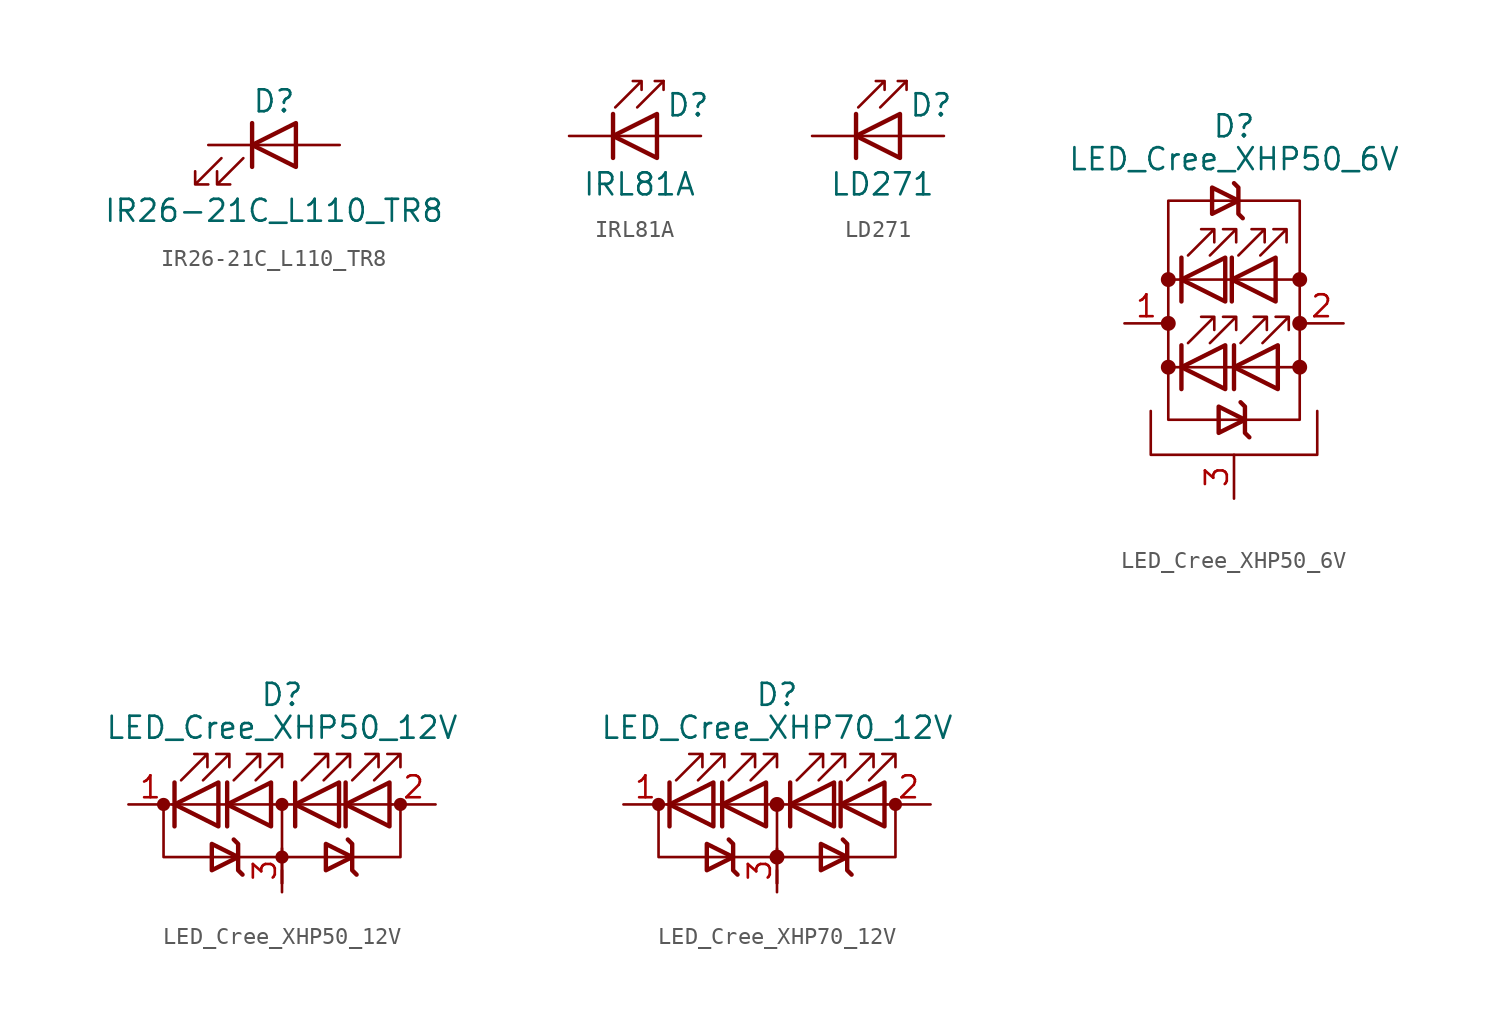
<source format=kicad_sym>
(kicad_symbol_lib
  (version 20220914)
  (generator kicad_symbol_editor)
  (symbol "IR26-21C_L110_TR8"
    (pin_numbers hide)
    (pin_names
      (offset 1.016) hide)
    (property "Reference" "D"
      (at 0 2.54 0)
      (effects (font (size 1.27 1.27))))
    (property "Value" "IR26-21C_L110_TR8"
      (at 0 -3.81 0)
      (effects (font (size 1.27 1.27))))
    (symbol "IR26-21C_L110_TR8_0_1"
      (polyline (pts (xy -1.27 -1.27) (xy -1.27 1.27)) (stroke (width 0.254) (type solid)) (fill (type none)))
      (polyline (pts (xy -1.27 0) (xy 1.27 0)) (stroke (width 0) (type solid)) (fill (type none)))
      (polyline (pts (xy 1.27 -1.27) (xy 1.27 1.27) (xy -1.27 0) (xy 1.27 -1.27)) (stroke (width 0.254) (type solid)) (fill (type none)))
      (polyline (pts (xy -3.048 -0.762) (xy -4.572 -2.286) (xy -3.81 -2.286) (xy -4.572 -2.286) (xy -4.572 -1.524)) (stroke (width 0) (type solid)) (fill (type none)))
      (polyline (pts (xy -1.778 -0.762) (xy -3.302 -2.286) (xy -2.54 -2.286) (xy -3.302 -2.286) (xy -3.302 -1.524)) (stroke (width 0) (type solid)) (fill (type none))))
    (symbol "IR26-21C_L110_TR8_1_1"
      (pin passive line (at -3.81 0 0) (length 2.54) (name "K" (effects (font (size 1.27 1.27)))) (number "1" (effects (font (size 1.27 1.27)))))
      (pin passive line (at 3.81 0 180) (length 2.54) (name "A" (effects (font (size 1.27 1.27)))) (number "2" (effects (font (size 1.27 1.27)))))))
  (symbol "IRL81A"
    (pin_numbers hide)
    (pin_names
      (offset 1.016) hide)
    (property "Reference" "D"
      (at 0.508 1.778 0)
      (effects (font (size 1.27 1.27)) (justify left)))
    (property "Value" "IRL81A"
      (at -1.016 -2.794 0)
      (effects (font (size 1.27 1.27))))
    (symbol "IRL81A_0_1"
      (polyline (pts (xy -2.54 0) (xy 0 0)) (stroke (width 0) (type solid)) (fill (type none)))
      (polyline (pts (xy -2.54 1.27) (xy -2.54 -1.27)) (stroke (width 0.254) (type solid)) (fill (type none)))
      (polyline (pts (xy 0.381 3.175) (xy -0.127 3.175)) (stroke (width 0) (type solid)) (fill (type none)))
      (polyline (pts (xy -1.143 1.651) (xy 0.381 3.175) (xy 0.381 2.667)) (stroke (width 0) (type solid)) (fill (type none)))
      (polyline (pts (xy 0 -1.27) (xy 0 1.27) (xy -2.54 0) (xy 0 -1.27)) (stroke (width 0.254) (type solid)) (fill (type none)))
      (polyline (pts (xy -2.413 1.651) (xy -0.889 3.175) (xy -0.889 2.667) (xy -0.889 3.175) (xy -1.397 3.175)) (stroke (width 0) (type solid)) (fill (type none))))
    (symbol "IRL81A_1_1"
      (pin passive line (at -5.08 0 0) (length 2.54) (name "K" (effects (font (size 1.27 1.27)))) (number "1" (effects (font (size 1.27 1.27)))))
      (pin passive line (at 2.54 0 180) (length 2.54) (name "A" (effects (font (size 1.27 1.27)))) (number "2" (effects (font (size 1.27 1.27)))))))
  (symbol "LD271"
    (pin_numbers hide)
    (pin_names
      (offset 1.016) hide)
    (property "Reference" "D"
      (at 0.508 1.778 0)
      (effects (font (size 1.27 1.27)) (justify left)))
    (property "Value" "LD271"
      (at -1.016 -2.794 0)
      (effects (font (size 1.27 1.27))))
    (symbol "LD271_0_1"
      (polyline (pts (xy -2.54 1.27) (xy -2.54 -1.27)) (stroke (width 0.254) (type solid)) (fill (type none)))
      (polyline (pts (xy 0 0) (xy -2.54 0)) (stroke (width 0) (type solid)) (fill (type none)))
      (polyline (pts (xy 0.381 3.175) (xy -0.127 3.175)) (stroke (width 0) (type solid)) (fill (type none)))
      (polyline (pts (xy -1.143 1.651) (xy 0.381 3.175) (xy 0.381 2.667)) (stroke (width 0) (type solid)) (fill (type none)))
      (polyline (pts (xy 0 -1.27) (xy -2.54 0) (xy 0 1.27) (xy 0 -1.27)) (stroke (width 0.254) (type solid)) (fill (type none)))
      (polyline (pts (xy -2.413 1.651) (xy -0.889 3.175) (xy -0.889 2.667) (xy -0.889 3.175) (xy -1.397 3.175)) (stroke (width 0) (type solid)) (fill (type none))))
    (symbol "LD271_1_1"
      (pin passive line (at -5.08 0 0) (length 2.54) (name "K" (effects (font (size 1.27 1.27)))) (number "1" (effects (font (size 1.27 1.27)))))
      (pin passive line (at 2.54 0 180) (length 2.54) (name "A" (effects (font (size 1.27 1.27)))) (number "2" (effects (font (size 1.27 1.27)))))))
  (symbol "LED_Cree_XHP50_6V"
    (pin_names
      (offset 1.016) hide)
    (property "Reference" "D"
      (at 0 11.43 0)
      (effects (font (size 1.27 1.27))))
    (property "Value" "LED_Cree_XHP50_6V"
      (at 0 9.525 0)
      (effects (font (size 1.27 1.27))))
    (symbol "LED_Cree_XHP50_6V_0_1"
      (circle (center -3.81 -2.54) (radius 0.356) (stroke (width 0) (type solid)) (fill (type outline)))
      (circle (center -3.81 0) (radius 0.356) (stroke (width 0) (type solid)) (fill (type outline)))
      (circle (center -3.81 2.54) (radius 0.356) (stroke (width 0) (type solid)) (fill (type outline)))
      (polyline (pts (xy -3.81 -2.54) (xy 3.81 -2.54)) (stroke (width 0) (type solid)) (fill (type none)))
      (polyline (pts (xy -3.048 -3.81) (xy -3.048 -1.27)) (stroke (width 0.254) (type solid)) (fill (type none)))
      (polyline (pts (xy -3.048 1.27) (xy -3.048 3.81)) (stroke (width 0.254) (type solid)) (fill (type none)))
      (polyline (pts (xy -0.127 1.27) (xy -0.127 3.81)) (stroke (width 0.254) (type solid)) (fill (type none)))
      (polyline (pts (xy 0 -3.81) (xy 0 -1.27)) (stroke (width 0.254) (type solid)) (fill (type none)))
      (polyline (pts (xy 3.81 2.54) (xy -3.81 2.54)) (stroke (width 0) (type solid)) (fill (type none)))
      (polyline (pts (xy -4.826 -5.08) (xy -4.826 -7.62) (xy 4.826 -7.62) (xy 4.826 -5.08)) (stroke (width 0) (type solid)) (fill (type none)))
      (polyline (pts (xy -0.508 -3.81) (xy -0.508 -1.27) (xy -3.048 -2.54) (xy -0.508 -3.81)) (stroke (width 0.254) (type solid)) (fill (type none)))
      (polyline (pts (xy -0.508 1.27) (xy -0.508 3.81) (xy -3.048 2.54) (xy -0.508 1.27)) (stroke (width 0.254) (type solid)) (fill (type none)))
      (polyline (pts (xy 0.508 6.096) (xy 0.254 6.35) (xy 0.254 7.874) (xy 0 8.128)) (stroke (width 0.254) (type solid)) (fill (type none)))
      (polyline (pts (xy 0.889 -6.604) (xy 0.635 -6.35) (xy 0.635 -4.826) (xy 0.381 -4.572)) (stroke (width 0.254) (type solid)) (fill (type none)))
      (polyline (pts (xy 2.413 1.27) (xy 2.413 3.81) (xy -0.127 2.54) (xy 2.413 1.27)) (stroke (width 0.254) (type solid)) (fill (type none)))
      (polyline (pts (xy 2.54 -3.81) (xy 2.54 -1.27) (xy 0 -2.54) (xy 2.54 -3.81)) (stroke (width 0.254) (type solid)) (fill (type none)))
      (polyline (pts (xy -3.81 -5.588) (xy -3.81 7.112) (xy 3.81 7.112) (xy 3.81 -5.588) (xy -3.81 -5.588)) (stroke (width 0) (type solid)) (fill (type none)))
      (polyline (pts (xy -2.667 -1.143) (xy -1.143 0.381) (xy -1.905 0.381) (xy -1.143 0.381) (xy -1.143 -0.381)) (stroke (width 0) (type solid)) (fill (type none)))
      (polyline (pts (xy -2.667 3.937) (xy -1.143 5.461) (xy -1.905 5.461) (xy -1.143 5.461) (xy -1.143 4.699)) (stroke (width 0) (type solid)) (fill (type none)))
      (polyline (pts (xy -1.397 -1.143) (xy 0.127 0.381) (xy -0.635 0.381) (xy 0.127 0.381) (xy 0.127 -0.381)) (stroke (width 0) (type solid)) (fill (type none)))
      (polyline (pts (xy -1.397 3.937) (xy 0.127 5.461) (xy -0.635 5.461) (xy 0.127 5.461) (xy 0.127 4.699)) (stroke (width 0) (type solid)) (fill (type none)))
      (polyline (pts (xy -1.27 6.35) (xy -1.27 7.874) (xy 0.254 7.112) (xy -1.27 6.35) (xy -1.27 6.604)) (stroke (width 0.254) (type solid)) (fill (type none)))
      (polyline (pts (xy -0.889 -6.35) (xy -0.889 -4.826) (xy 0.635 -5.588) (xy -0.889 -6.35) (xy -0.889 -6.096)) (stroke (width 0.254) (type solid)) (fill (type none)))
      (polyline (pts (xy 0.254 3.937) (xy 1.778 5.461) (xy 1.016 5.461) (xy 1.778 5.461) (xy 1.778 4.699)) (stroke (width 0) (type solid)) (fill (type none)))
      (polyline (pts (xy 0.381 -1.143) (xy 1.905 0.381) (xy 1.143 0.381) (xy 1.905 0.381) (xy 1.905 -0.381)) (stroke (width 0) (type solid)) (fill (type none)))
      (polyline (pts (xy 1.524 3.937) (xy 3.048 5.461) (xy 2.286 5.461) (xy 3.048 5.461) (xy 3.048 4.699)) (stroke (width 0) (type solid)) (fill (type none)))
      (polyline (pts (xy 1.651 -1.143) (xy 3.175 0.381) (xy 2.413 0.381) (xy 3.175 0.381) (xy 3.175 -0.381)) (stroke (width 0) (type solid)) (fill (type none)))
      (circle (center 3.81 -2.54) (radius 0.356) (stroke (width 0) (type solid)) (fill (type outline)))
      (circle (center 3.81 0) (radius 0.356) (stroke (width 0) (type solid)) (fill (type outline)))
      (circle (center 3.81 2.54) (radius 0.356) (stroke (width 0) (type solid)) (fill (type outline))))
    (symbol "LED_Cree_XHP50_6V_1_1"
      (pin passive line (at -6.35 0 0) (length 2.54) (name "K" (effects (font (size 1.27 1.27)))) (number "1" (effects (font (size 1.27 1.27)))))
      (pin passive line (at 6.35 0 180) (length 2.54) (name "A" (effects (font (size 1.27 1.27)))) (number "2" (effects (font (size 1.27 1.27)))))
      (pin passive line (at 0 -10.16 90) (length 2.54) (name "PAD" (effects (font (size 1.27 1.27)))) (number "3" (effects (font (size 1.27 1.27)))))))
  (symbol "LED_Cree_XHP50_12V"
    (pin_names
      (offset 1.016) hide)
    (property "Reference" "D"
      (at 0 6.35 0)
      (effects (font (size 1.27 1.27))))
    (property "Value" "LED_Cree_XHP50_12V"
      (at 0 4.445 0)
      (effects (font (size 1.27 1.27))))
    (symbol "LED_Cree_XHP50_12V_0_1"
      (circle (center -6.858 0) (radius 0.254) (stroke (width 0.254) (type solid)) (fill (type outline)))
      (circle (center 0 -3.048) (radius 0.254) (stroke (width 0.254) (type solid)) (fill (type outline)))
      (polyline (pts (xy -6.35 0) (xy 6.35 0)) (stroke (width 0) (type solid)) (fill (type none)))
      (polyline (pts (xy -6.223 -1.27) (xy -6.223 1.27)) (stroke (width 0.254) (type solid)) (fill (type none)))
      (polyline (pts (xy -3.175 -1.27) (xy -3.175 1.27)) (stroke (width 0.254) (type solid)) (fill (type none)))
      (polyline (pts (xy 0 -3.81) (xy 0 -4.572)) (stroke (width 0) (type solid)) (fill (type none)))
      (polyline (pts (xy 0 0) (xy 0 -4.572)) (stroke (width 0) (type solid)) (fill (type none)))
      (polyline (pts (xy 0.762 -1.27) (xy 0.762 1.27)) (stroke (width 0.254) (type solid)) (fill (type none)))
      (polyline (pts (xy 3.683 -1.27) (xy 3.683 1.27)) (stroke (width 0.254) (type solid)) (fill (type none)))
      (polyline (pts (xy -6.858 0) (xy -6.858 -3.048) (xy 6.858 -3.048) (xy 6.858 0)) (stroke (width 0) (type solid)) (fill (type none)))
      (polyline (pts (xy -3.683 -1.27) (xy -3.683 1.27) (xy -6.223 0) (xy -3.683 -1.27)) (stroke (width 0.254) (type solid)) (fill (type none)))
      (polyline (pts (xy -2.286 -4.064) (xy -2.54 -3.81) (xy -2.54 -2.286) (xy -2.794 -2.032)) (stroke (width 0.254) (type solid)) (fill (type none)))
      (polyline (pts (xy -0.635 -1.27) (xy -0.635 1.27) (xy -3.175 0) (xy -0.635 -1.27)) (stroke (width 0.254) (type solid)) (fill (type none)))
      (polyline (pts (xy 3.302 -1.27) (xy 3.302 1.27) (xy 0.762 0) (xy 3.302 -1.27)) (stroke (width 0.254) (type solid)) (fill (type none)))
      (polyline (pts (xy 4.318 -4.064) (xy 4.064 -3.81) (xy 4.064 -2.286) (xy 3.81 -2.032)) (stroke (width 0.254) (type solid)) (fill (type none)))
      (polyline (pts (xy 6.223 -1.27) (xy 6.223 1.27) (xy 3.683 0) (xy 6.223 -1.27)) (stroke (width 0.254) (type solid)) (fill (type none)))
      (polyline (pts (xy -5.842 1.397) (xy -4.318 2.921) (xy -5.08 2.921) (xy -4.318 2.921) (xy -4.318 2.159)) (stroke (width 0) (type solid)) (fill (type none)))
      (polyline (pts (xy -4.572 1.397) (xy -3.048 2.921) (xy -3.81 2.921) (xy -3.048 2.921) (xy -3.048 2.159)) (stroke (width 0) (type solid)) (fill (type none)))
      (polyline (pts (xy -4.064 -3.81) (xy -4.064 -2.286) (xy -2.54 -3.048) (xy -4.064 -3.81) (xy -4.064 -3.556)) (stroke (width 0.254) (type solid)) (fill (type none)))
      (polyline (pts (xy -2.794 1.397) (xy -1.27 2.921) (xy -2.032 2.921) (xy -1.27 2.921) (xy -1.27 2.159)) (stroke (width 0) (type solid)) (fill (type none)))
      (polyline (pts (xy -1.524 1.397) (xy 0 2.921) (xy -0.762 2.921) (xy 0 2.921) (xy 0 2.159)) (stroke (width 0) (type solid)) (fill (type none)))
      (polyline (pts (xy 1.143 1.397) (xy 2.667 2.921) (xy 1.905 2.921) (xy 2.667 2.921) (xy 2.667 2.159)) (stroke (width 0) (type solid)) (fill (type none)))
      (polyline (pts (xy 2.413 1.397) (xy 3.937 2.921) (xy 3.175 2.921) (xy 3.937 2.921) (xy 3.937 2.159)) (stroke (width 0) (type solid)) (fill (type none)))
      (polyline (pts (xy 2.54 -3.81) (xy 2.54 -2.286) (xy 4.064 -3.048) (xy 2.54 -3.81) (xy 2.54 -3.556)) (stroke (width 0.254) (type solid)) (fill (type none)))
      (polyline (pts (xy 4.064 1.397) (xy 5.588 2.921) (xy 4.826 2.921) (xy 5.588 2.921) (xy 5.588 2.159)) (stroke (width 0) (type solid)) (fill (type none)))
      (polyline (pts (xy 5.334 1.397) (xy 6.858 2.921) (xy 6.096 2.921) (xy 6.858 2.921) (xy 6.858 2.159)) (stroke (width 0) (type solid)) (fill (type none)))
      (circle (center 0 0) (radius 0.254) (stroke (width 0.254) (type solid)) (fill (type outline)))
      (circle (center 6.858 0) (radius 0.254) (stroke (width 0.254) (type solid)) (fill (type outline))))
    (symbol "LED_Cree_XHP50_12V_1_1"
      (pin passive line (at -8.89 0 0) (length 2.54) (name "K" (effects (font (size 1.27 1.27)))) (number "1" (effects (font (size 1.27 1.27)))))
      (pin passive line (at 8.89 0 180) (length 2.54) (name "A" (effects (font (size 1.27 1.27)))) (number "2" (effects (font (size 1.27 1.27)))))
      (pin passive line (at 0 -5.08 90) (length 2.54) (name "PAD" (effects (font (size 1.27 1.27)))) (number "3" (effects (font (size 1.27 1.27)))))))
  (symbol "LED_Cree_XHP70_12V"
    (pin_names
      (offset 1.016) hide)
    (property "Reference" "D"
      (at 0 6.35 0)
      (effects (font (size 1.27 1.27))))
    (property "Value" "LED_Cree_XHP70_12V"
      (at 0 4.445 0)
      (effects (font (size 1.27 1.27))))
    (symbol "LED_Cree_XHP70_12V_0_1"
      (circle (center -6.858 0) (radius 0.254) (stroke (width 0.254) (type solid)) (fill (type outline)))
      (circle (center 0 -3.048) (radius 0.356) (stroke (width 0) (type solid)) (fill (type outline)))
      (polyline (pts (xy -6.35 0) (xy 6.35 0)) (stroke (width 0) (type solid)) (fill (type none)))
      (polyline (pts (xy -6.223 -1.27) (xy -6.223 1.27)) (stroke (width 0.254) (type solid)) (fill (type none)))
      (polyline (pts (xy -3.175 -1.27) (xy -3.175 1.27)) (stroke (width 0.254) (type solid)) (fill (type none)))
      (polyline (pts (xy 0 -3.81) (xy 0 -4.572)) (stroke (width 0) (type solid)) (fill (type none)))
      (polyline (pts (xy 0 0) (xy 0 -4.572)) (stroke (width 0) (type solid)) (fill (type none)))
      (polyline (pts (xy 0.762 -1.27) (xy 0.762 1.27)) (stroke (width 0.254) (type solid)) (fill (type none)))
      (polyline (pts (xy 3.683 -1.27) (xy 3.683 1.27)) (stroke (width 0.254) (type solid)) (fill (type none)))
      (polyline (pts (xy -6.858 0) (xy -6.858 -3.048) (xy 6.858 -3.048) (xy 6.858 0)) (stroke (width 0) (type solid)) (fill (type none)))
      (polyline (pts (xy -3.683 -1.27) (xy -3.683 1.27) (xy -6.223 0) (xy -3.683 -1.27)) (stroke (width 0.254) (type solid)) (fill (type none)))
      (polyline (pts (xy -2.286 -4.064) (xy -2.54 -3.81) (xy -2.54 -2.286) (xy -2.794 -2.032)) (stroke (width 0.254) (type solid)) (fill (type none)))
      (polyline (pts (xy -0.635 -1.27) (xy -0.635 1.27) (xy -3.175 0) (xy -0.635 -1.27)) (stroke (width 0.254) (type solid)) (fill (type none)))
      (polyline (pts (xy 3.302 -1.27) (xy 3.302 1.27) (xy 0.762 0) (xy 3.302 -1.27)) (stroke (width 0.254) (type solid)) (fill (type none)))
      (polyline (pts (xy 4.318 -4.064) (xy 4.064 -3.81) (xy 4.064 -2.286) (xy 3.81 -2.032)) (stroke (width 0.254) (type solid)) (fill (type none)))
      (polyline (pts (xy 6.223 -1.27) (xy 6.223 1.27) (xy 3.683 0) (xy 6.223 -1.27)) (stroke (width 0.254) (type solid)) (fill (type none)))
      (polyline (pts (xy -5.842 1.397) (xy -4.318 2.921) (xy -5.08 2.921) (xy -4.318 2.921) (xy -4.318 2.159)) (stroke (width 0) (type solid)) (fill (type none)))
      (polyline (pts (xy -4.572 1.397) (xy -3.048 2.921) (xy -3.81 2.921) (xy -3.048 2.921) (xy -3.048 2.159)) (stroke (width 0) (type solid)) (fill (type none)))
      (polyline (pts (xy -4.064 -3.81) (xy -4.064 -2.286) (xy -2.54 -3.048) (xy -4.064 -3.81) (xy -4.064 -3.556)) (stroke (width 0.254) (type solid)) (fill (type none)))
      (polyline (pts (xy -2.794 1.397) (xy -1.27 2.921) (xy -2.032 2.921) (xy -1.27 2.921) (xy -1.27 2.159)) (stroke (width 0) (type solid)) (fill (type none)))
      (polyline (pts (xy -1.524 1.397) (xy 0 2.921) (xy -0.762 2.921) (xy 0 2.921) (xy 0 2.159)) (stroke (width 0) (type solid)) (fill (type none)))
      (polyline (pts (xy 1.143 1.397) (xy 2.667 2.921) (xy 1.905 2.921) (xy 2.667 2.921) (xy 2.667 2.159)) (stroke (width 0) (type solid)) (fill (type none)))
      (polyline (pts (xy 2.413 1.397) (xy 3.937 2.921) (xy 3.175 2.921) (xy 3.937 2.921) (xy 3.937 2.159)) (stroke (width 0) (type solid)) (fill (type none)))
      (polyline (pts (xy 2.54 -3.81) (xy 2.54 -2.286) (xy 4.064 -3.048) (xy 2.54 -3.81) (xy 2.54 -3.556)) (stroke (width 0.254) (type solid)) (fill (type none)))
      (polyline (pts (xy 4.064 1.397) (xy 5.588 2.921) (xy 4.826 2.921) (xy 5.588 2.921) (xy 5.588 2.159)) (stroke (width 0) (type solid)) (fill (type none)))
      (polyline (pts (xy 5.334 1.397) (xy 6.858 2.921) (xy 6.096 2.921) (xy 6.858 2.921) (xy 6.858 2.159)) (stroke (width 0) (type solid)) (fill (type none)))
      (circle (center 0 0) (radius 0.356) (stroke (width 0) (type solid)) (fill (type outline)))
      (circle (center 6.858 0) (radius 0.254) (stroke (width 0.254) (type solid)) (fill (type outline))))
    (symbol "LED_Cree_XHP70_12V_1_1"
      (pin passive line (at -8.89 0 0) (length 2.54) (name "K" (effects (font (size 1.27 1.27)))) (number "1" (effects (font (size 1.27 1.27)))))
      (pin passive line (at 8.89 0 180) (length 2.54) (name "A" (effects (font (size 1.27 1.27)))) (number "2" (effects (font (size 1.27 1.27)))))
      (pin passive line (at 0 -5.08 90) (length 2.54) (name "PAD" (effects (font (size 1.27 1.27)))) (number "3" (effects (font (size 1.27 1.27))))))))
</source>
